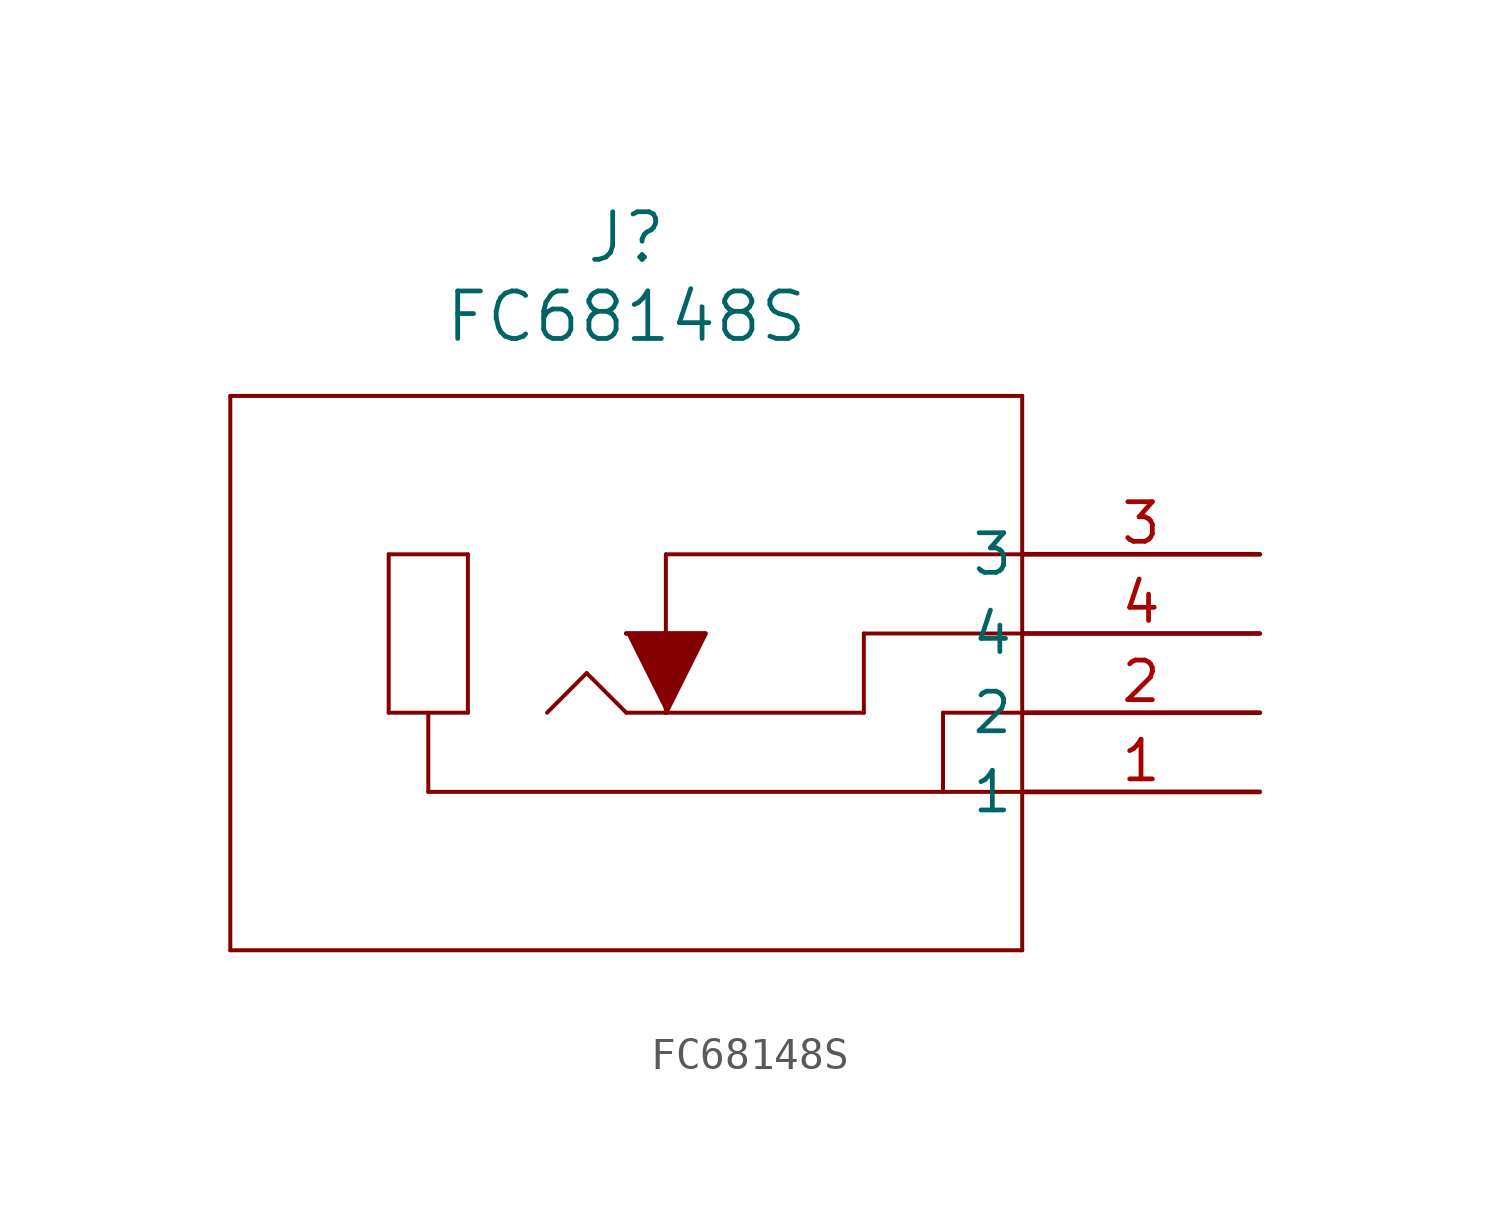
<source format=kicad_sym>
(kicad_symbol_lib
  (version 20211014)
  (generator kicad_symbol_editor)
  (symbol "FC68148S"
    (pin_names
      (offset 0.254))
    (property "Reference" "J"
      (at -20.32 10.16 0)
      (effects (font (size 1.524 1.524))))
    (property "Value" "FC68148S"
      (at -20.32 7.62 0)
      (effects (font (size 1.524 1.524))))
    (symbol "FC68148S_0_1"
      (polyline (pts (xy -33.02 5.08) (xy -33.02 -12.7)) (stroke (width 0.127) (type default) (color 0 0 0 0)) (fill (type none)))
      (polyline (pts (xy -33.02 -12.7) (xy -7.62 -12.7)) (stroke (width 0.127) (type default) (color 0 0 0 0)) (fill (type none)))
      (polyline (pts (xy -7.62 -12.7) (xy -7.62 5.08)) (stroke (width 0.127) (type default) (color 0 0 0 0)) (fill (type none)))
      (polyline (pts (xy -7.62 5.08) (xy -33.02 5.08)) (stroke (width 0.127) (type default) (color 0 0 0 0)) (fill (type none)))
      (polyline (pts (xy -7.62 -7.62) (xy -26.67 -7.62)) (stroke (width 0.127) (type default) (color 0 0 0 0)) (fill (type none)))
      (polyline (pts (xy -27.94 -5.08) (xy -27.94 0)) (stroke (width 0.127) (type default) (color 0 0 0 0)) (fill (type none)))
      (polyline (pts (xy -27.94 0) (xy -25.4 0)) (stroke (width 0.127) (type default) (color 0 0 0 0)) (fill (type none)))
      (polyline (pts (xy -25.4 0) (xy -25.4 -5.08)) (stroke (width 0.127) (type default) (color 0 0 0 0)) (fill (type none)))
      (polyline (pts (xy -7.62 -5.08) (xy -10.16 -5.08)) (stroke (width 0.127) (type default) (color 0 0 0 0)) (fill (type none)))
      (polyline (pts (xy -10.16 -5.08) (xy -10.16 -7.62)) (stroke (width 0.127) (type default) (color 0 0 0 0)) (fill (type none)))
      (polyline (pts (xy -7.62 -2.54) (xy -12.7 -2.54)) (stroke (width 0.127) (type default) (color 0 0 0 0)) (fill (type none)))
      (polyline (pts (xy -12.7 -2.54) (xy -12.7 -5.08)) (stroke (width 0.127) (type default) (color 0 0 0 0)) (fill (type none)))
      (polyline (pts (xy -12.7 -5.08) (xy -20.32 -5.08)) (stroke (width 0.127) (type default) (color 0 0 0 0)) (fill (type none)))
      (polyline (pts (xy -20.32 -5.08) (xy -21.59 -3.81)) (stroke (width 0.127) (type default) (color 0 0 0 0)) (fill (type none)))
      (polyline (pts (xy -21.59 -3.81) (xy -22.86 -5.08)) (stroke (width 0.127) (type default) (color 0 0 0 0)) (fill (type none)))
      (polyline (pts (xy -7.62 0) (xy -19.05 0)) (stroke (width 0.127) (type default) (color 0 0 0 0)) (fill (type none)))
      (polyline (pts (xy -19.05 0) (xy -19.05 -5.08)) (stroke (width 0.127) (type default) (color 0 0 0 0)) (fill (type none)))
      (polyline (pts (xy -27.94 -5.08) (xy -25.4 -5.08)) (stroke (width 0.127) (type default) (color 0 0 0 0)) (fill (type none)))
      (polyline (pts (xy -26.67 -5.08) (xy -26.67 -7.62)) (stroke (width 0.127) (type default) (color 0 0 0 0)) (fill (type none)))
      (polyline (pts (xy -19.05 -5.08) (xy -17.78 -2.54) (xy -20.32 -2.54)) (stroke (width 0) (type default) (color 0 0 0 0)) (fill (type outline)))
      (pin unspecified line (at 0 -7.62 180) (length 7.62) (name "1" (effects (font (size 1.27 1.27)))) (number "1" (effects (font (size 1.27 1.27)))))
      (pin unspecified line (at 0 -5.08 180) (length 7.62) (name "2" (effects (font (size 1.27 1.27)))) (number "2" (effects (font (size 1.27 1.27)))))
      (pin unspecified line (at 0 0 180) (length 7.62) (name "3" (effects (font (size 1.27 1.27)))) (number "3" (effects (font (size 1.27 1.27)))))
      (pin unspecified line (at 0 -2.54 180) (length 7.62) (name "4" (effects (font (size 1.27 1.27)))) (number "4" (effects (font (size 1.27 1.27))))))))
</source>
